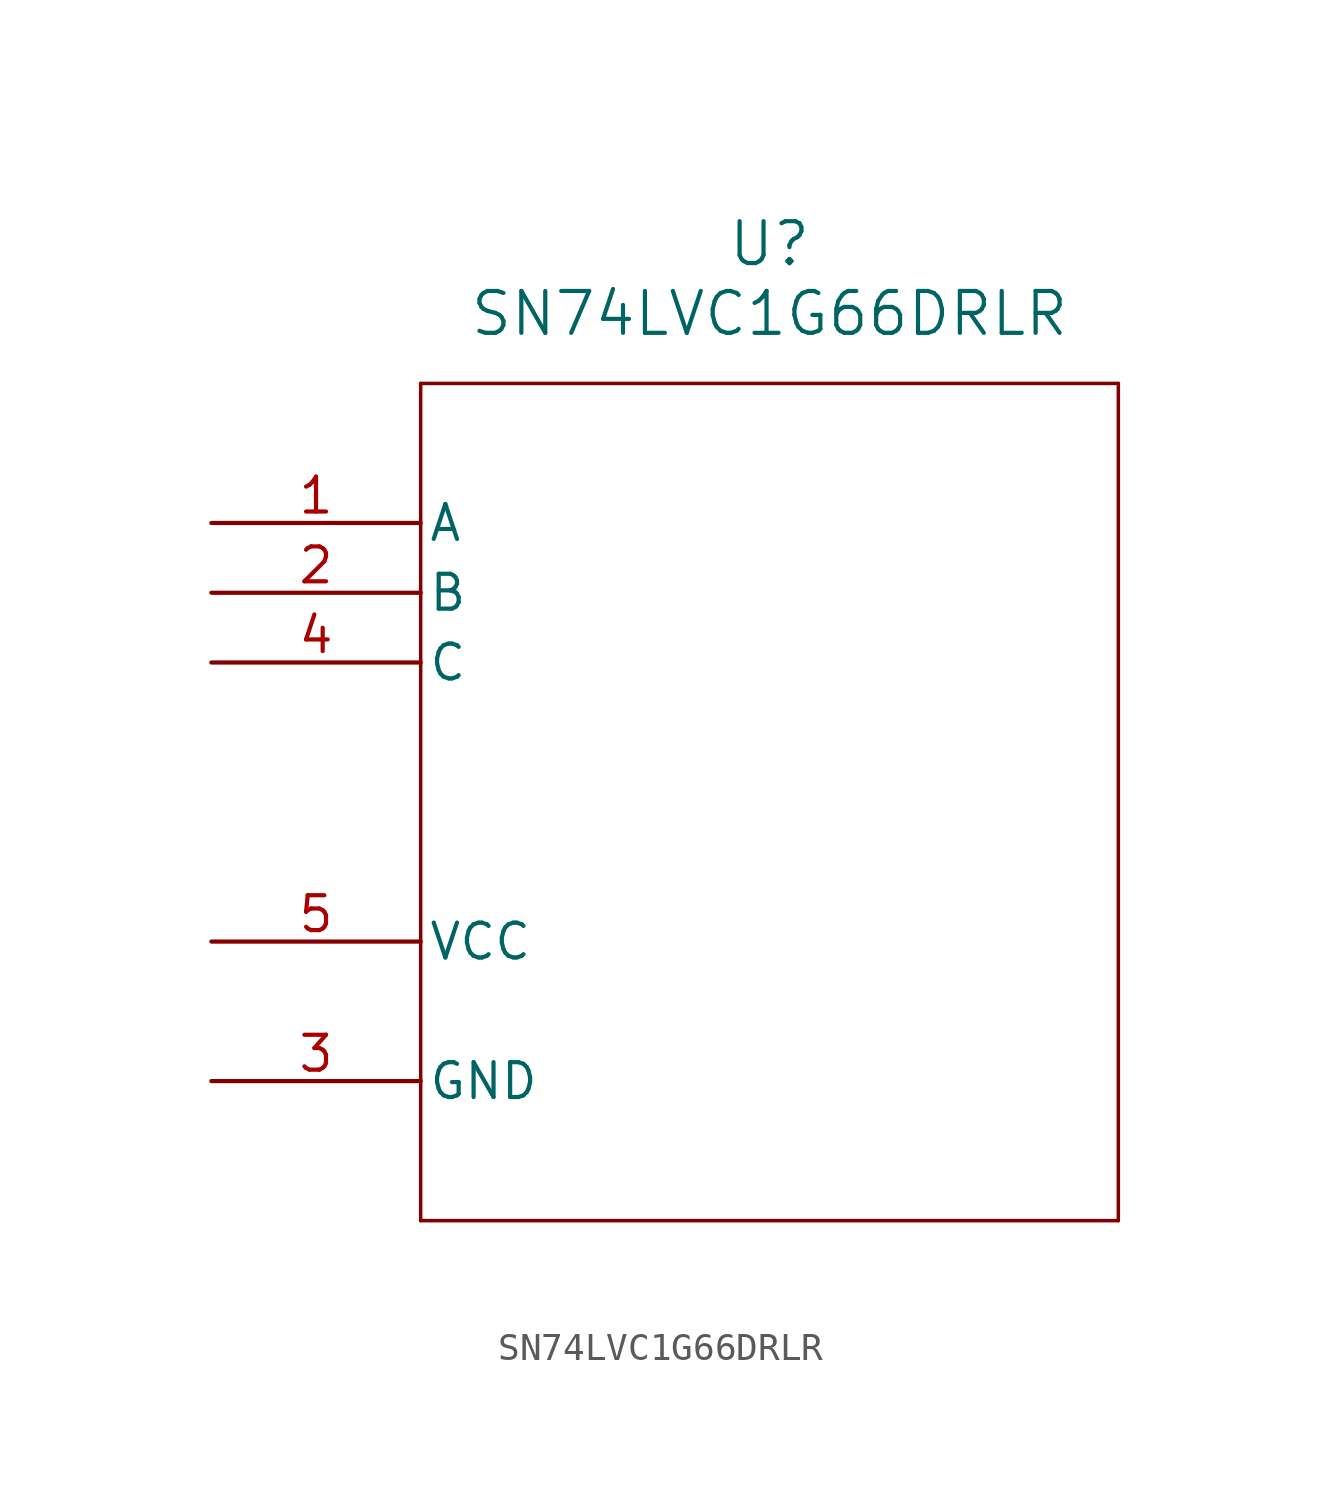
<source format=kicad_sym>
(kicad_symbol_lib
  (version 20211014)
  (generator kicad_symbol_editor)
  (symbol "SN74LVC1G66DRLR"
    (pin_names
      (offset 0.254))
    (property "Reference" "U"
      (at 20.32 10.16 0)
      (effects (font (size 1.524 1.524))))
    (property "Value" "SN74LVC1G66DRLR"
      (at 20.32 7.62 0)
      (effects (font (size 1.524 1.524))))
    (symbol "SN74LVC1G66DRLR_0_1"
      (polyline (pts (xy 7.62 5.08) (xy 7.62 -25.4)) (stroke (width 0.127) (type default) (color 0 0 0 0)) (fill (type none)))
      (polyline (pts (xy 7.62 -25.4) (xy 33.02 -25.4)) (stroke (width 0.127) (type default) (color 0 0 0 0)) (fill (type none)))
      (polyline (pts (xy 33.02 -25.4) (xy 33.02 5.08)) (stroke (width 0.127) (type default) (color 0 0 0 0)) (fill (type none)))
      (polyline (pts (xy 33.02 5.08) (xy 7.62 5.08)) (stroke (width 0.127) (type default) (color 0 0 0 0)) (fill (type none)))
      (pin input line (at 0 0 0) (length 7.62) (name "A" (effects (font (size 1.27 1.27)))) (number "1" (effects (font (size 1.27 1.27)))))
      (pin input line (at 0 -2.54 0) (length 7.62) (name "B" (effects (font (size 1.27 1.27)))) (number "2" (effects (font (size 1.27 1.27)))))
      (pin power_in line (at 0 -20.32 0) (length 7.62) (name "GND" (effects (font (size 1.27 1.27)))) (number "3" (effects (font (size 1.27 1.27)))))
      (pin input line (at 0 -5.08 0) (length 7.62) (name "C" (effects (font (size 1.27 1.27)))) (number "4" (effects (font (size 1.27 1.27)))))
      (pin power_in line (at 0 -15.24 0) (length 7.62) (name "VCC" (effects (font (size 1.27 1.27)))) (number "5" (effects (font (size 1.27 1.27))))))))
</source>
